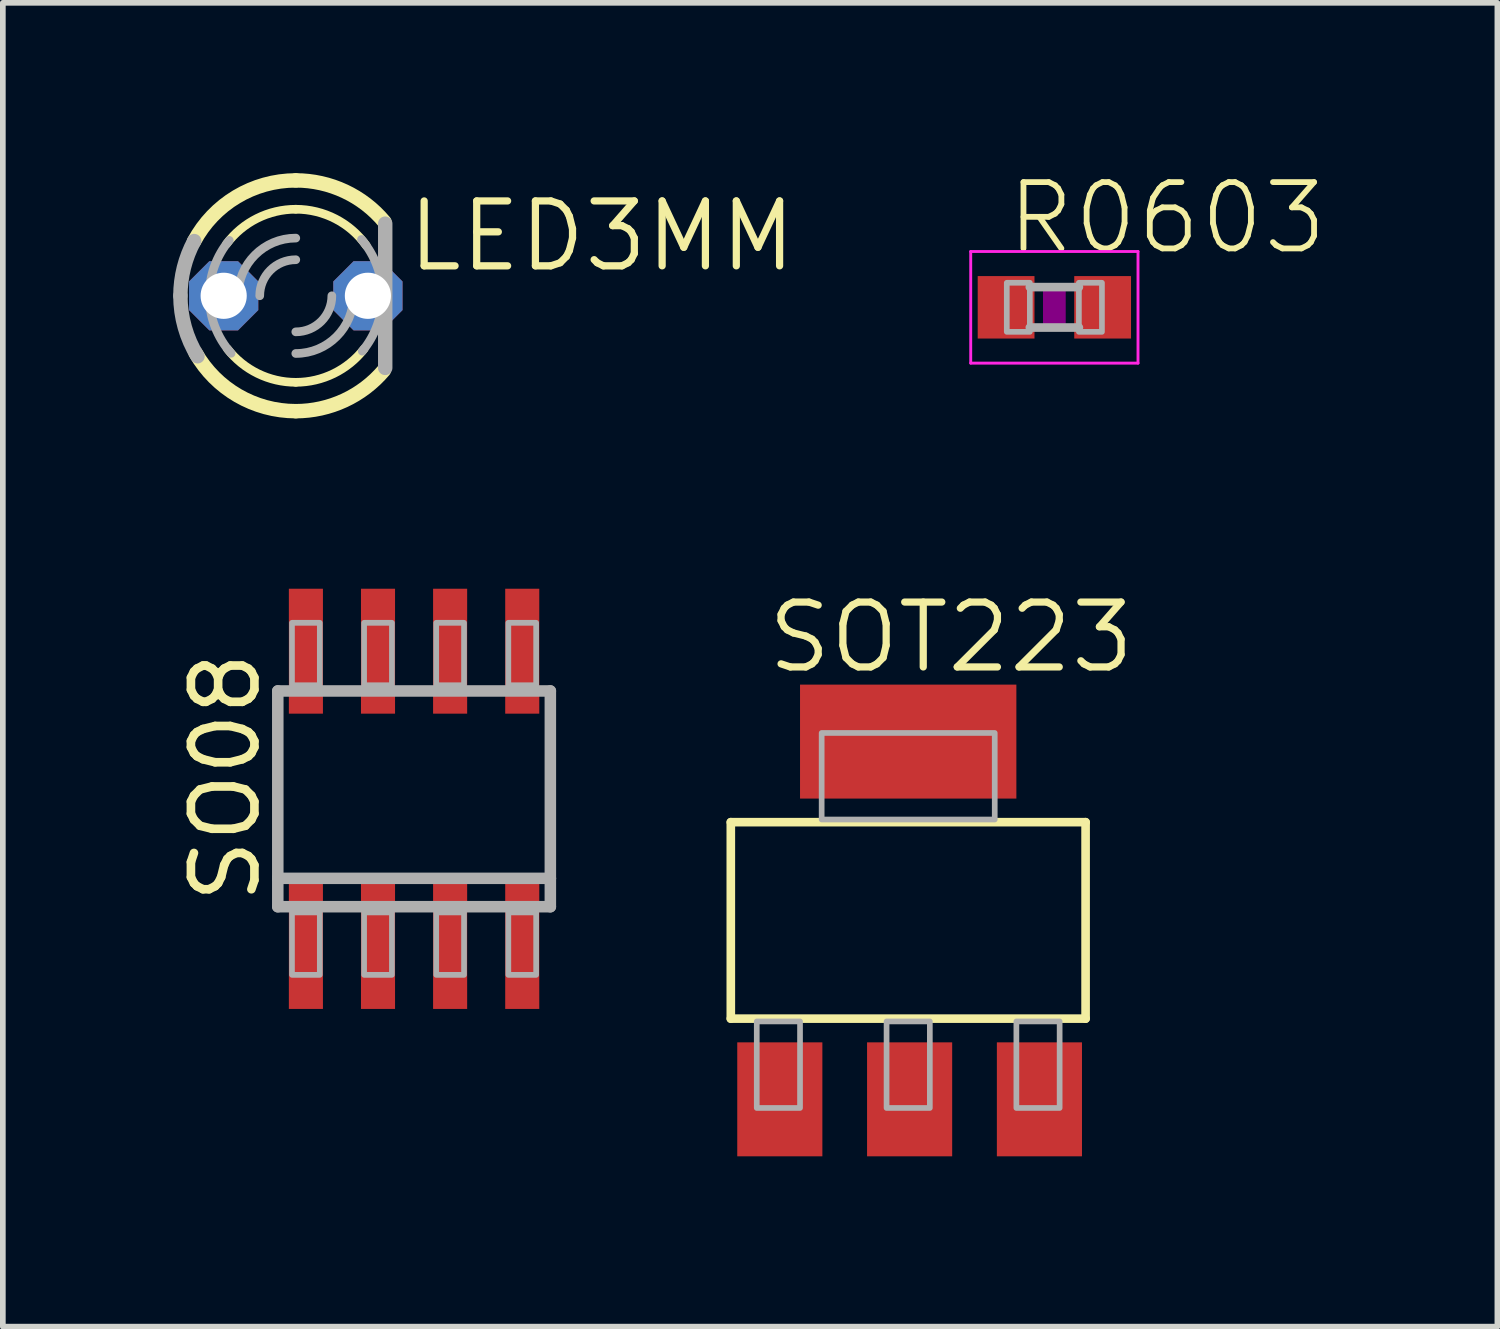
<source format=kicad_pcb>
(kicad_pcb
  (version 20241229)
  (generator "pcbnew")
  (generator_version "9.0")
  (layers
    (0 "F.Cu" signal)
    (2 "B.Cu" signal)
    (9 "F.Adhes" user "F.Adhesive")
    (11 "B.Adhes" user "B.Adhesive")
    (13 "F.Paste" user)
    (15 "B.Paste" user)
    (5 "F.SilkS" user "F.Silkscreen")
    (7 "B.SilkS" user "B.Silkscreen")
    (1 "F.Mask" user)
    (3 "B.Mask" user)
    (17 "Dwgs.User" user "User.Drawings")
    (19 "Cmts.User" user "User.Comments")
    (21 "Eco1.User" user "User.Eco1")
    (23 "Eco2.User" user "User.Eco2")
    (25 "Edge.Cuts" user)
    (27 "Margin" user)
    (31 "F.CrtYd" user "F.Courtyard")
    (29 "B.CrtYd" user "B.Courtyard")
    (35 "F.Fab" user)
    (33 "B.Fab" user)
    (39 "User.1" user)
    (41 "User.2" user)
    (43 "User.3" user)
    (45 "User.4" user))
  (footprint "SO08"
    (layer "F.Cu")
    (at 4.242 11.018)
    (property "Reference" "SO08" (at -2.667 1.905 90) (layer "F.SilkS") (effects (font (size 1.118 1.118) (thickness 0.152)) (justify left bottom)))
    (fp_line (start -2.4 -1.9) (end 2.4 -1.9) (stroke (width 0.203) (type solid)) (layer "F.Fab"))
    (fp_line (start -2.4 1.4) (end -2.4 -1.9) (stroke (width 0.203) (type solid)) (layer "F.Fab"))
    (fp_line (start -2.4 1.9) (end -2.4 1.4) (stroke (width 0.203) (type solid)) (layer "F.Fab"))
    (fp_line (start 2.4 -1.9) (end 2.4 1.4) (stroke (width 0.203) (type solid)) (layer "F.Fab"))
    (fp_line (start 2.4 1.4) (end -2.4 1.4) (stroke (width 0.203) (type solid)) (layer "F.Fab"))
    (fp_line (start 2.4 1.4) (end 2.4 1.9) (stroke (width 0.203) (type solid)) (layer "F.Fab"))
    (fp_line (start 2.4 1.9) (end -2.4 1.9) (stroke (width 0.203) (type solid)) (layer "F.Fab"))
    (fp_poly (pts (xy -2.15 -2) (xy -1.66 -2) (xy -1.66 -3.1) (xy -2.15 -3.1)) (stroke (width 0.1) (type default)) (fill no) (layer "F.Fab"))
    (fp_poly (pts (xy -2.15 3.1) (xy -1.66 3.1) (xy -1.66 2) (xy -2.15 2)) (stroke (width 0.1) (type default)) (fill no) (layer "F.Fab"))
    (fp_poly (pts (xy -0.88 -2) (xy -0.39 -2) (xy -0.39 -3.1) (xy -0.88 -3.1)) (stroke (width 0.1) (type default)) (fill no) (layer "F.Fab"))
    (fp_poly (pts (xy -0.88 3.1) (xy -0.39 3.1) (xy -0.39 2) (xy -0.88 2)) (stroke (width 0.1) (type default)) (fill no) (layer "F.Fab"))
    (fp_poly (pts (xy 0.39 -2) (xy 0.88 -2) (xy 0.88 -3.1) (xy 0.39 -3.1)) (stroke (width 0.1) (type default)) (fill no) (layer "F.Fab"))
    (fp_poly (pts (xy 0.39 3.1) (xy 0.88 3.1) (xy 0.88 2) (xy 0.39 2)) (stroke (width 0.1) (type default)) (fill no) (layer "F.Fab"))
    (fp_poly (pts (xy 1.66 -2) (xy 2.15 -2) (xy 2.15 -3.1) (xy 1.66 -3.1)) (stroke (width 0.1) (type default)) (fill no) (layer "F.Fab"))
    (fp_poly (pts (xy 1.66 3.1) (xy 2.15 3.1) (xy 2.15 2) (xy 1.66 2)) (stroke (width 0.1) (type default)) (fill no) (layer "F.Fab"))
    (pad "1" smd rect (at -1.905 2.6) (size 0.6 2.2) (layers "F.Cu" "F.Mask" "F.Paste"))
    (pad "2" smd rect (at -0.635 2.6) (size 0.6 2.2) (layers "F.Cu" "F.Mask" "F.Paste"))
    (pad "3" smd rect (at 0.635 2.6) (size 0.6 2.2) (layers "F.Cu" "F.Mask" "F.Paste"))
    (pad "4" smd rect (at 1.905 2.6) (size 0.6 2.2) (layers "F.Cu" "F.Mask" "F.Paste"))
    (pad "5" smd rect (at 1.905 -2.6) (size 0.6 2.2) (layers "F.Cu" "F.Mask" "F.Paste"))
    (pad "6" smd rect (at 0.635 -2.6) (size 0.6 2.2) (layers "F.Cu" "F.Mask" "F.Paste"))
    (pad "7" smd rect (at -0.635 -2.6) (size 0.6 2.2) (layers "F.Cu" "F.Mask" "F.Paste"))
    (pad "8" smd rect (at -1.905 -2.6) (size 0.6 2.2) (layers "F.Cu" "F.Mask" "F.Paste")))
  (footprint "LED3MM"
    (layer "F.Cu")
    (at 2.159 2.159)
    (property "Reference" "LED3MM" (at 1.905 -0.381 0) (layer "F.SilkS") (effects (font (size 1.143 1.143) (thickness 0.127)) (justify left bottom)))
    (fp_arc (start -1.7929 -0.9562) (mid -1.045438 -1.7424) (end 0 -2.032) (stroke (width 0.254) (type solid)) (layer "F.SilkS"))
    (fp_arc (start -1.2192 -0.9144) (mid -0.681554 -1.363107) (end 0 -1.524) (stroke (width 0.1524) (type solid)) (layer "F.SilkS"))
    (fp_arc (start 0 -2.032) (mid 0.861864 -1.840173) (end 1.561 -1.3009) (stroke (width 0.254) (type solid)) (layer "F.SilkS"))
    (fp_arc (start 0 -1.524) (mid 0.697339 -1.355082) (end 1.2401 -0.885801) (stroke (width 0.1524) (type solid)) (layer "F.SilkS"))
    (fp_arc (start 0 1.524) (mid -0.669593 1.369018) (end -1.203 0.9356) (stroke (width 0.1524) (type solid)) (layer "F.SilkS"))
    (fp_arc (start 0 2.032) (mid -1.019924 1.757525) (end -1.7643 1.0082) (stroke (width 0.254) (type solid)) (layer "F.SilkS"))
    (fp_arc (start 1.203 0.9356) (mid 0.669593 1.369018) (end 0 1.524) (stroke (width 0.1524) (type solid)) (layer "F.SilkS"))
    (fp_arc (start 1.5512 1.3126) (mid 0.854953 1.843405) (end 0 2.032) (stroke (width 0.254) (type solid)) (layer "F.SilkS"))
    (fp_line (start 1.575 1.27) (end 1.575 -1.27) (stroke (width 0.254) (type solid)) (layer "F.Fab"))
    (fp_arc (start -2.032 0) (mid -1.970339 -0.496775) (end -1.7891 -0.9634) (stroke (width 0.254) (type solid)) (layer "F.Fab"))
    (fp_arc (start -1.7306 1.065) (mid -1.95521 0.553417) (end -2.032 0) (stroke (width 0.254) (type solid)) (layer "F.Fab"))
    (fp_arc (start -1.524 0) (mid -1.432981 -0.518783) (end -1.1708 -0.9756) (stroke (width 0.1524) (type solid)) (layer "F.Fab"))
    (fp_arc (start -1.1391 1.0125) (mid -1.42454 0.5416) (end -1.524 0) (stroke (width 0.1524) (type solid)) (layer "F.Fab"))
    (fp_arc (start -1.016 0) (mid -0.71842 -0.71842) (end 0 -1.016) (stroke (width 0.1524) (type solid)) (layer "F.Fab"))
    (fp_arc (start -0.635 0) (mid -0.449013 -0.449013) (end 0 -0.635) (stroke (width 0.1524) (type solid)) (layer "F.Fab"))
    (fp_arc (start 0.635 0) (mid 0.449013 0.449013) (end 0 0.635) (stroke (width 0.1524) (type solid)) (layer "F.Fab"))
    (fp_arc (start 1.016 0) (mid 0.71842 0.71842) (end 0 1.016) (stroke (width 0.1524) (type solid)) (layer "F.Fab"))
    (fp_arc (start 1.1571 -0.9918) (mid 1.429332 -0.528744) (end 1.524 0) (stroke (width 0.1524) (type solid)) (layer "F.Fab"))
    (fp_arc (start 1.524 0) (mid 1.432981 0.518783) (end 1.1708 0.9756) (stroke (width 0.1524) (type solid)) (layer "F.Fab"))
    (pad "A" thru_hole roundrect (at -1.27 0) (size 1.219 1.219) (drill 0.813) (layers "*.Cu" "*.Mask") (roundrect_rratio 0.25) (chamfer_ratio 0.293) (chamfer top_left top_right bottom_left bottom_right))
    (pad "K" thru_hole roundrect (at 1.27 0) (size 1.219 1.219) (drill 0.813) (layers "*.Cu" "*.Mask") (roundrect_rratio 0.25) (chamfer_ratio 0.293) (chamfer top_left top_right bottom_left bottom_right)))
  (footprint "SOT223"
    (layer "F.Cu")
    (at 12.944 13.16)
    (property "Reference" "SOT223" (at -2.54 -4.318 0) (layer "F.SilkS") (effects (font (size 1.143 1.143) (thickness 0.127)) (justify left bottom)))
    (fp_line (start -3.124 -1.731) (end -3.124 1.729) (stroke (width 0.152) (type solid)) (layer "F.SilkS"))
    (fp_line (start -3.124 -1.731) (end 3.124 -1.731) (stroke (width 0.152) (type solid)) (layer "F.SilkS"))
    (fp_line (start 3.124 1.729) (end -3.124 1.729) (stroke (width 0.152) (type solid)) (layer "F.SilkS"))
    (fp_line (start 3.124 1.729) (end 3.124 -1.731) (stroke (width 0.152) (type solid)) (layer "F.SilkS"))
    (fp_poly (pts (xy -2.667 3.302) (xy -1.905 3.302) (xy -1.905 1.778) (xy -2.667 1.778)) (stroke (width 0.1) (type default)) (fill no) (layer "F.Fab"))
    (fp_poly (pts (xy -1.524 -1.778) (xy 1.524 -1.778) (xy 1.524 -3.302) (xy -1.524 -3.302)) (stroke (width 0.1) (type default)) (fill no) (layer "F.Fab"))
    (fp_poly (pts (xy -0.381 3.302) (xy 0.381 3.302) (xy 0.381 1.778) (xy -0.381 1.778)) (stroke (width 0.1) (type default)) (fill no) (layer "F.Fab"))
    (fp_poly (pts (xy 1.905 3.302) (xy 2.667 3.302) (xy 2.667 1.778) (xy 1.905 1.778)) (stroke (width 0.1) (type default)) (fill no) (layer "F.Fab"))
    (pad "1" smd rect (at -2.261 3.15) (size 1.499 2.007) (layers "F.Cu" "F.Mask" "F.Paste"))
    (pad "2" smd rect (at 0.025 3.15) (size 1.499 2.007) (layers "F.Cu" "F.Mask" "F.Paste"))
    (pad "3" smd rect (at 2.311 3.15) (size 1.499 2.007) (layers "F.Cu" "F.Mask" "F.Paste"))
    (pad "4" smd rect (at 0 -3.15) (size 3.81 2.007) (layers "F.Cu" "F.Mask" "F.Paste")))
  (footprint "R0603"
    (layer "F.Cu")
    (at 15.518 2.362)
    (property "Reference" "R0603" (at -0.889 -0.889 0) (layer "F.SilkS") (effects (font (size 1.168 1.168) (thickness 0.102)) (justify left bottom)))
    (fp_poly (pts (xy -0.2 0.4) (xy 0.2 0.4) (xy 0.2 -0.4) (xy -0.2 -0.4)) (stroke (width 0) (type default)) (fill yes) (layer "F.Adhes"))
    (fp_line (start -1.473 -0.983) (end 1.473 -0.983) (stroke (width 0.051) (type solid)) (layer "F.CrtYd"))
    (fp_line (start -1.473 0.983) (end -1.473 -0.983) (stroke (width 0.051) (type solid)) (layer "F.CrtYd"))
    (fp_line (start 1.473 -0.983) (end 1.473 0.983) (stroke (width 0.051) (type solid)) (layer "F.CrtYd"))
    (fp_line (start 1.473 0.983) (end -1.473 0.983) (stroke (width 0.051) (type solid)) (layer "F.CrtYd"))
    (fp_line (start -0.432 0.356) (end 0.432 0.356) (stroke (width 0.152) (type solid)) (layer "F.Fab"))
    (fp_line (start 0.432 -0.356) (end -0.432 -0.356) (stroke (width 0.152) (type solid)) (layer "F.Fab"))
    (fp_poly (pts (xy -0.838 0.432) (xy -0.432 0.432) (xy -0.432 -0.432) (xy -0.838 -0.432)) (stroke (width 0.1) (type default)) (fill no) (layer "F.Fab"))
    (fp_poly (pts (xy 0.432 0.432) (xy 0.838 0.432) (xy 0.838 -0.432) (xy 0.432 -0.432)) (stroke (width 0.1) (type default)) (fill no) (layer "F.Fab"))
    (pad "1" smd rect (at -0.85 0) (size 1 1.1) (layers "F.Cu" "F.Mask" "F.Paste"))
    (pad "2" smd rect (at 0.85 0) (size 1 1.1) (layers "F.Cu" "F.Mask" "F.Paste")))
  (gr_rect
    (start -3 -3)
    (end 23.32 20.313)
    (stroke (width 0.1) (type default))
    (fill no)
    (layer "Edge.Cuts")))
</source>
